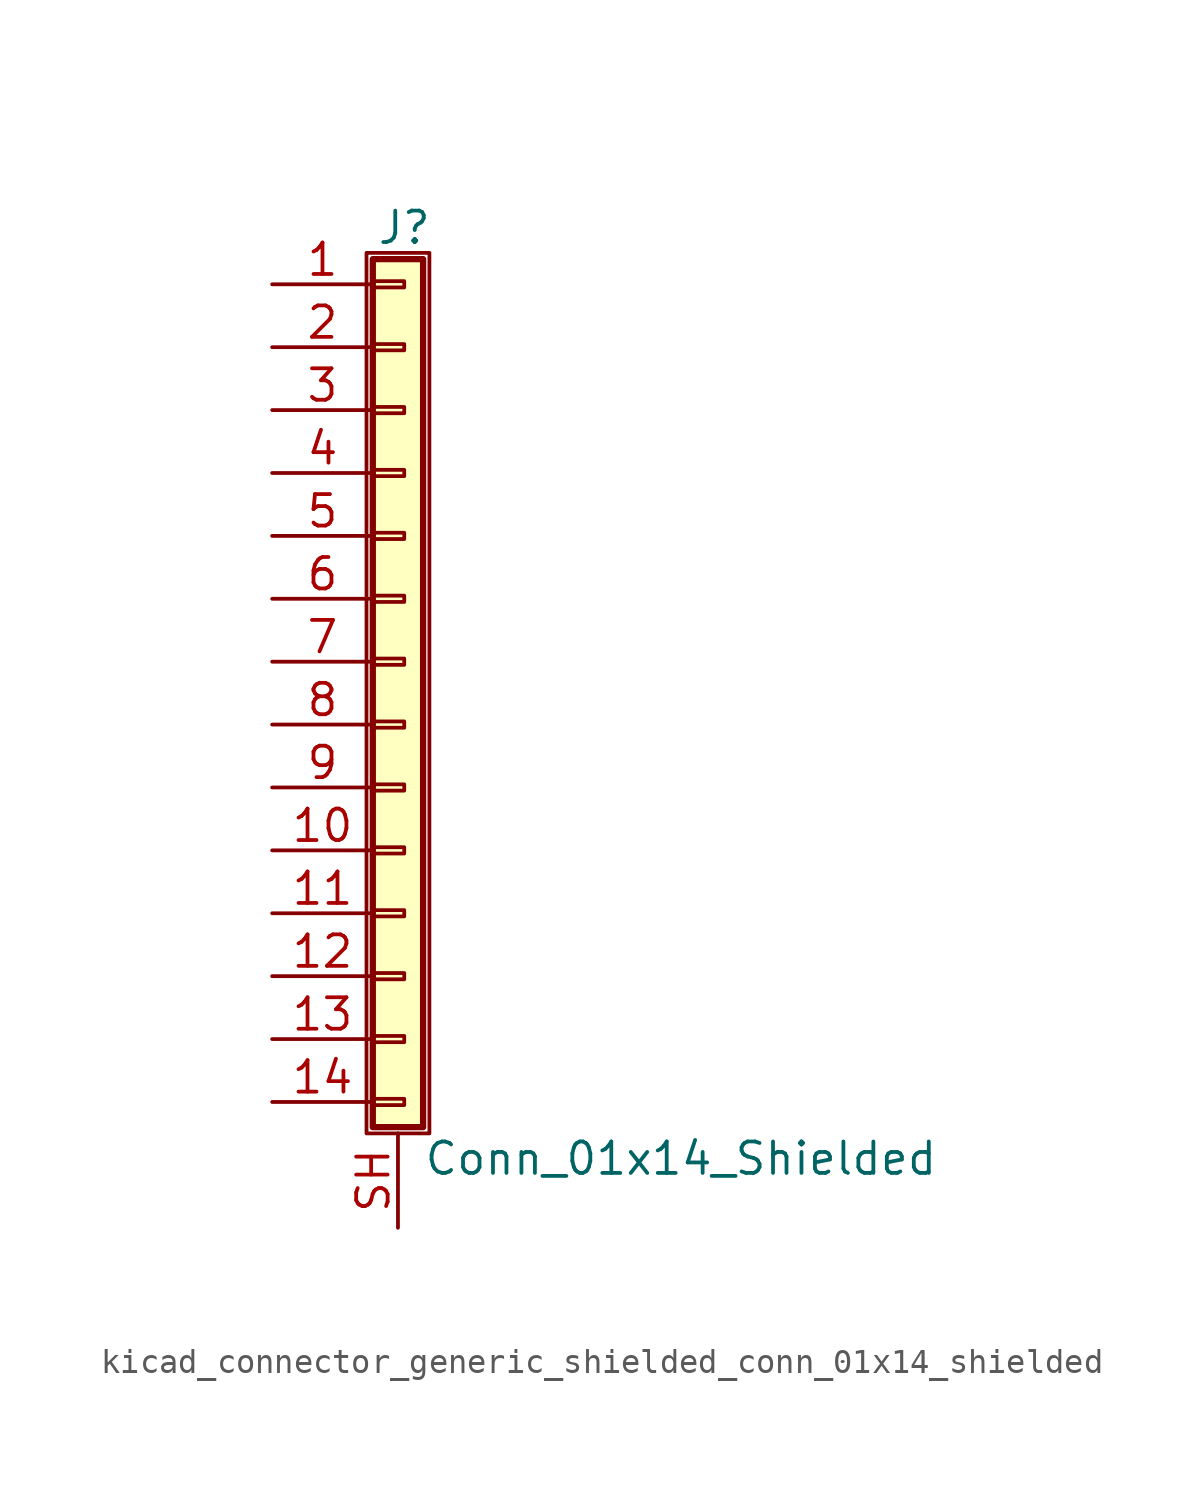
<source format=kicad_sym>
(kicad_symbol_lib
  (version 20220914)
  (generator kicad_symbol_editor)
  (symbol "kicad_connector_generic_shielded_conn_01x14_shielded"
    (pin_names
      (offset 1.016) hide)
    (property "Reference" "J"
      (at 0.254 17.526 0)
      (effects (font (size 1.27 1.27))))
    (property "Value" "Conn_01x14_Shielded"
      (at 1.016 -20.066 0)
      (effects (font (size 1.27 1.27)) (justify left)))
    (symbol "kicad_connector_generic_shielded_conn_01x14_shielded_1_1"
      (rectangle (start -1.27 16.51) (end 1.27 -19.05) (stroke (width 0.152) (type default)) (fill (type none)))
      (rectangle (start -1.016 -17.653) (end 0.254 -17.907) (stroke (width 0.152) (type default)) (fill (type none)))
      (rectangle (start -1.016 -15.113) (end 0.254 -15.367) (stroke (width 0.152) (type default)) (fill (type none)))
      (rectangle (start -1.016 -12.573) (end 0.254 -12.827) (stroke (width 0.152) (type default)) (fill (type none)))
      (rectangle (start -1.016 -10.033) (end 0.254 -10.287) (stroke (width 0.152) (type default)) (fill (type none)))
      (rectangle (start -1.016 -7.493) (end 0.254 -7.747) (stroke (width 0.152) (type default)) (fill (type none)))
      (rectangle (start -1.016 -4.953) (end 0.254 -5.207) (stroke (width 0.152) (type default)) (fill (type none)))
      (rectangle (start -1.016 -2.413) (end 0.254 -2.667) (stroke (width 0.152) (type default)) (fill (type none)))
      (rectangle (start -1.016 0.127) (end 0.254 -0.127) (stroke (width 0.152) (type default)) (fill (type none)))
      (rectangle (start -1.016 2.667) (end 0.254 2.413) (stroke (width 0.152) (type default)) (fill (type none)))
      (rectangle (start -1.016 5.207) (end 0.254 4.953) (stroke (width 0.152) (type default)) (fill (type none)))
      (rectangle (start -1.016 7.747) (end 0.254 7.493) (stroke (width 0.152) (type default)) (fill (type none)))
      (rectangle (start -1.016 10.287) (end 0.254 10.033) (stroke (width 0.152) (type default)) (fill (type none)))
      (rectangle (start -1.016 12.827) (end 0.254 12.573) (stroke (width 0.152) (type default)) (fill (type none)))
      (rectangle (start -1.016 15.367) (end 0.254 15.113) (stroke (width 0.152) (type default)) (fill (type none)))
      (rectangle (start -1.016 16.256) (end 1.016 -18.796) (stroke (width 0.254) (type default)) (fill (type background)))
      (pin passive line (at -5.08 15.24 0) (length 4.064) (name "Pin_1" (effects (font (size 1.27 1.27)))) (number "1" (effects (font (size 1.27 1.27)))))
      (pin passive line (at -5.08 -7.62 0) (length 4.064) (name "Pin_10" (effects (font (size 1.27 1.27)))) (number "10" (effects (font (size 1.27 1.27)))))
      (pin passive line (at -5.08 -10.16 0) (length 4.064) (name "Pin_11" (effects (font (size 1.27 1.27)))) (number "11" (effects (font (size 1.27 1.27)))))
      (pin passive line (at -5.08 -12.7 0) (length 4.064) (name "Pin_12" (effects (font (size 1.27 1.27)))) (number "12" (effects (font (size 1.27 1.27)))))
      (pin passive line (at -5.08 -15.24 0) (length 4.064) (name "Pin_13" (effects (font (size 1.27 1.27)))) (number "13" (effects (font (size 1.27 1.27)))))
      (pin passive line (at -5.08 -17.78 0) (length 4.064) (name "Pin_14" (effects (font (size 1.27 1.27)))) (number "14" (effects (font (size 1.27 1.27)))))
      (pin passive line (at -5.08 12.7 0) (length 4.064) (name "Pin_2" (effects (font (size 1.27 1.27)))) (number "2" (effects (font (size 1.27 1.27)))))
      (pin passive line (at -5.08 10.16 0) (length 4.064) (name "Pin_3" (effects (font (size 1.27 1.27)))) (number "3" (effects (font (size 1.27 1.27)))))
      (pin passive line (at -5.08 7.62 0) (length 4.064) (name "Pin_4" (effects (font (size 1.27 1.27)))) (number "4" (effects (font (size 1.27 1.27)))))
      (pin passive line (at -5.08 5.08 0) (length 4.064) (name "Pin_5" (effects (font (size 1.27 1.27)))) (number "5" (effects (font (size 1.27 1.27)))))
      (pin passive line (at -5.08 2.54 0) (length 4.064) (name "Pin_6" (effects (font (size 1.27 1.27)))) (number "6" (effects (font (size 1.27 1.27)))))
      (pin passive line (at -5.08 0 0) (length 4.064) (name "Pin_7" (effects (font (size 1.27 1.27)))) (number "7" (effects (font (size 1.27 1.27)))))
      (pin passive line (at -5.08 -2.54 0) (length 4.064) (name "Pin_8" (effects (font (size 1.27 1.27)))) (number "8" (effects (font (size 1.27 1.27)))))
      (pin passive line (at -5.08 -5.08 0) (length 4.064) (name "Pin_9" (effects (font (size 1.27 1.27)))) (number "9" (effects (font (size 1.27 1.27)))))
      (pin passive line (at 0 -22.86 90) (length 3.81) (name "Shield" (effects (font (size 1.27 1.27)))) (number "SH" (effects (font (size 1.27 1.27))))))))
</source>
